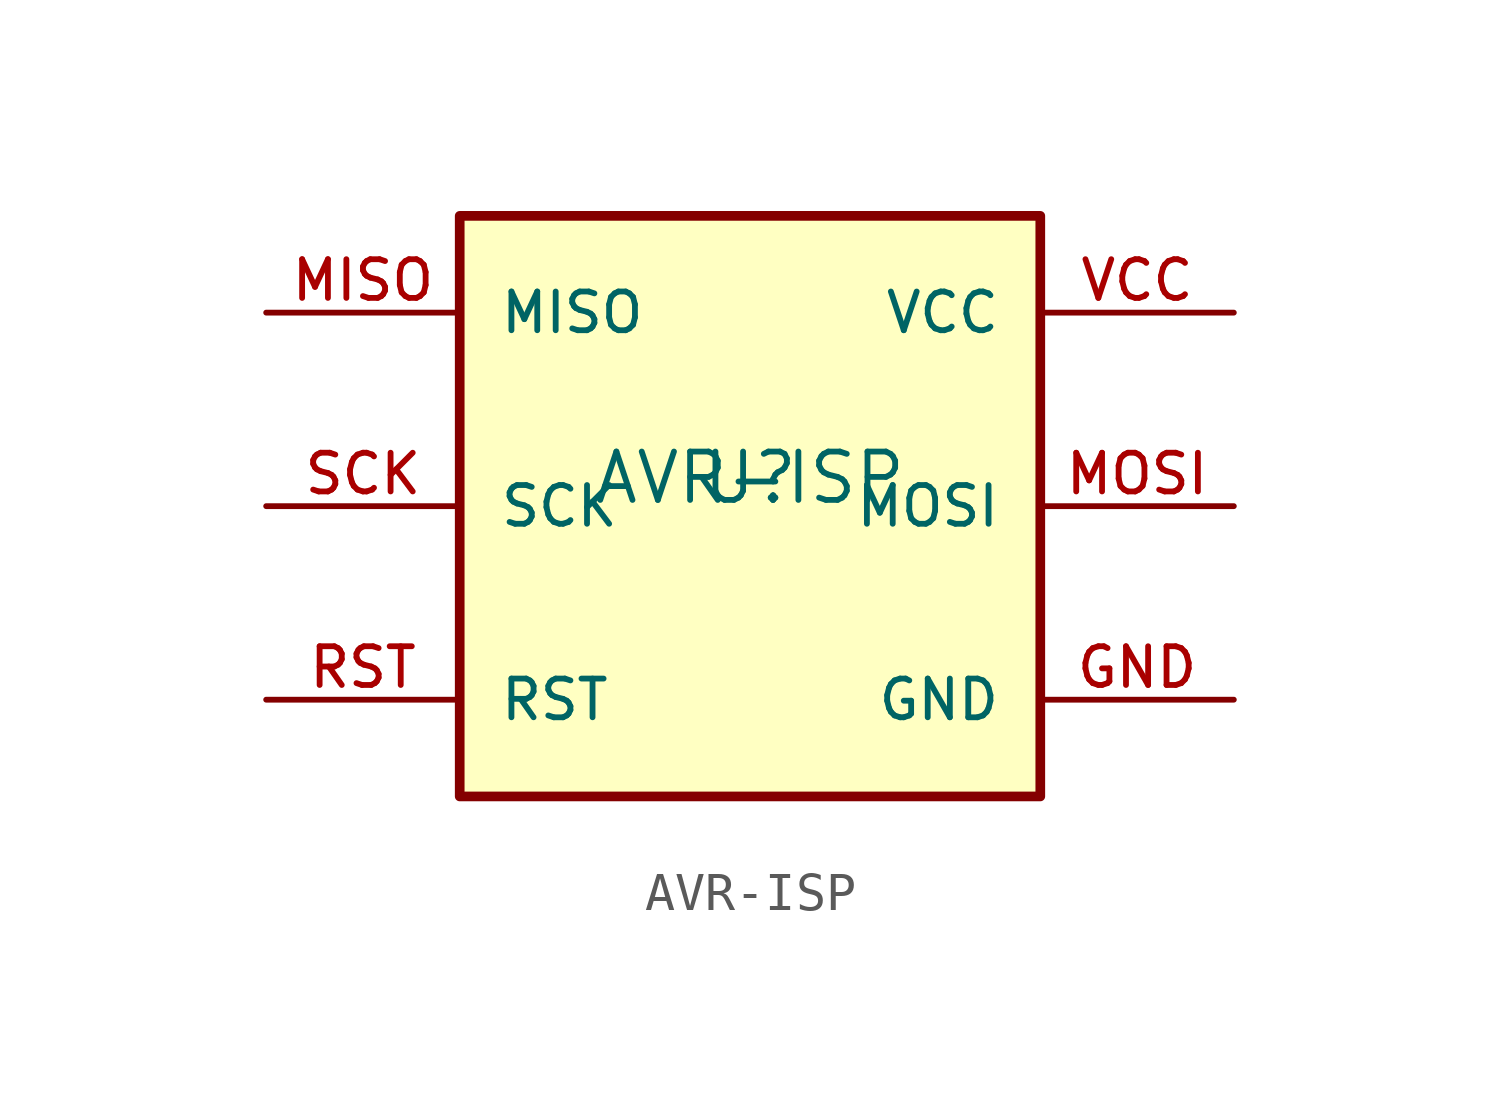
<source format=kicad_sym>
(kicad_symbol_lib
  (version 20211014)
  (generator kicad_symbol_editor)
  (symbol "AVR-ISP"
    (pin_names
      (offset 1.016))
    (property "Reference" "U"
      (at 0 0 0)
      (effects (font (size 1.27 1.27)) (justify bottom)))
    (property "Value" "AVR-ISP"
      (at 0 0.0 0)
      (effects (font (size 1.27 1.27)) (justify bottom)))
    (symbol "AVR-ISP_0_0"
      (rectangle (start -7.62 -7.62) (end 7.62 7.62) (stroke (width 0.254)) (fill (type background)))
      (pin bidirectional line (at -12.7 5.08 0) (length 5.08) (name "MISO" (effects (font (size 1.016 1.016)))) (number "MISO" (effects (font (size 1.016 1.016)))))
      (pin bidirectional line (at -12.7 0.0 0) (length 5.08) (name "SCK" (effects (font (size 1.016 1.016)))) (number "SCK" (effects (font (size 1.016 1.016)))))
      (pin bidirectional line (at -12.7 -5.08 0) (length 5.08) (name "RST" (effects (font (size 1.016 1.016)))) (number "RST" (effects (font (size 1.016 1.016)))))
      (pin bidirectional line (at 12.7 -5.08 180.0) (length 5.08) (name "GND" (effects (font (size 1.016 1.016)))) (number "GND" (effects (font (size 1.016 1.016)))))
      (pin bidirectional line (at 12.7 5.08 180.0) (length 5.08) (name "VCC" (effects (font (size 1.016 1.016)))) (number "VCC" (effects (font (size 1.016 1.016)))))
      (pin bidirectional line (at 12.7 0.0 180.0) (length 5.08) (name "MOSI" (effects (font (size 1.016 1.016)))) (number "MOSI" (effects (font (size 1.016 1.016))))))))
</source>
